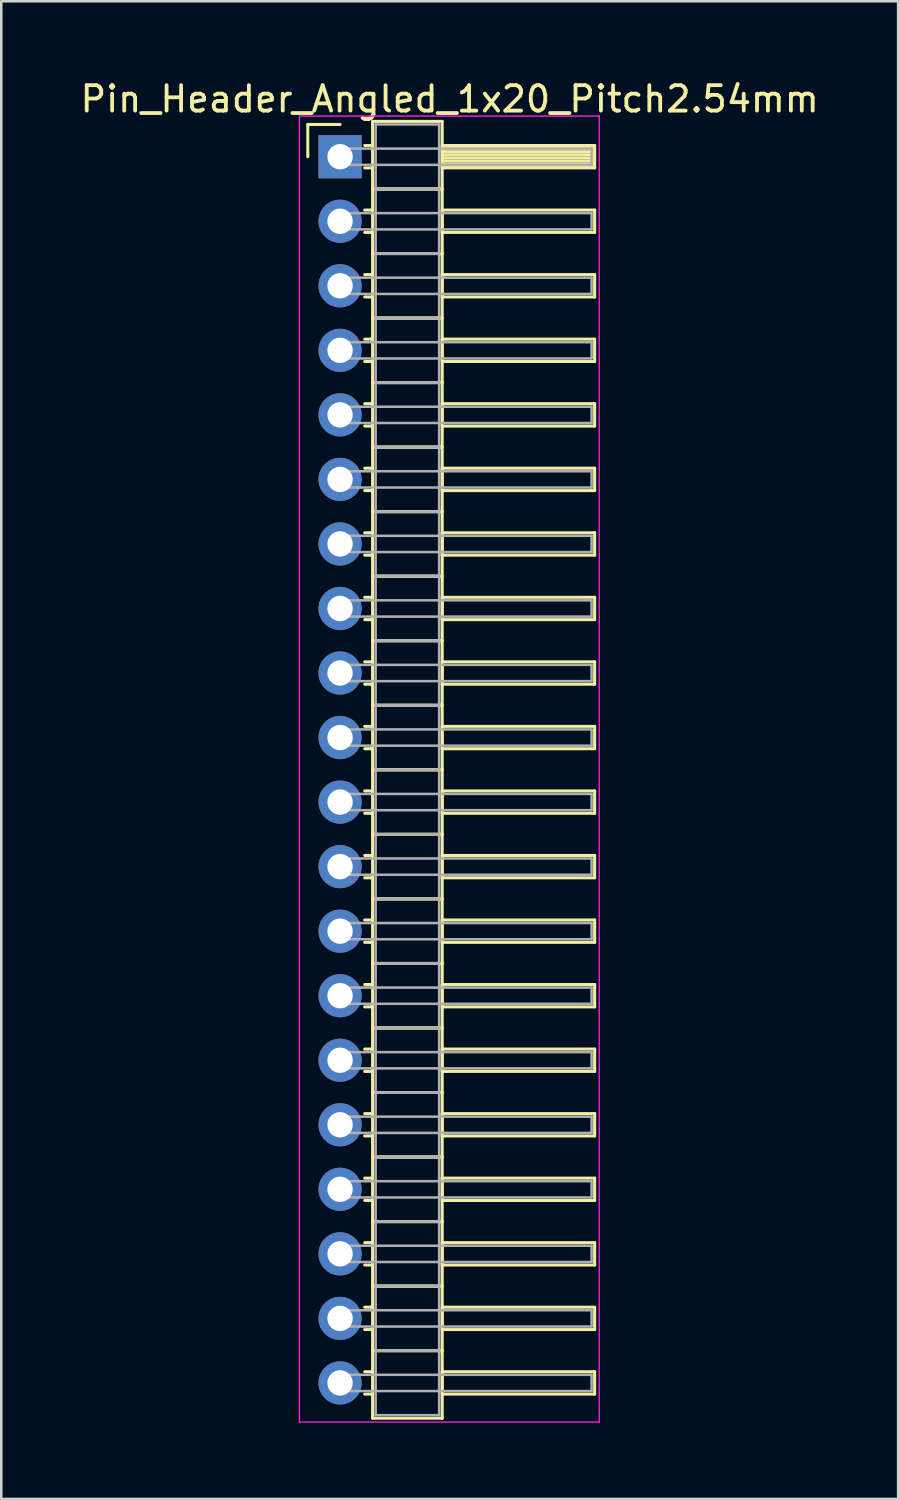
<source format=kicad_pcb>
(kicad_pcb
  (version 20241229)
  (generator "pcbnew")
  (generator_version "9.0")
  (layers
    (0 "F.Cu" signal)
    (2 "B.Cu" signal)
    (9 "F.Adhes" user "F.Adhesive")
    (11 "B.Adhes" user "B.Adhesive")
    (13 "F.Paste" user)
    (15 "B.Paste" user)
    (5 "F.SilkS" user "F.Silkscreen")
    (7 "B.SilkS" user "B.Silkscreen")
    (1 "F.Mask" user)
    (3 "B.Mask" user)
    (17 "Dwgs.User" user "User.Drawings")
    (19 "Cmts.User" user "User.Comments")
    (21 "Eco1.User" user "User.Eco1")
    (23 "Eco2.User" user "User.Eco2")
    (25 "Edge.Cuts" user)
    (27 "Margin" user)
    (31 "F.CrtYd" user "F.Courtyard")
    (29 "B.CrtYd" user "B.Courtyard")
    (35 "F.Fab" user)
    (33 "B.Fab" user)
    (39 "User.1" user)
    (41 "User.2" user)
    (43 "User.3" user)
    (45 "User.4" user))
  (footprint "Pin_Header_Angled_1x20_Pitch2.54mm"
    (layer "F.Cu")
    (at 10.334 3.118)
    (property "Reference" "Pin_Header_Angled_1x20_Pitch2.54mm" (at 4.315 -2.27 0) (layer "F.SilkS") (effects (font (size 1 1) (thickness 0.15))))
    (attr through_hole)
    (fp_line (start -1.27 -1.27) (end 0 -1.27) (stroke (width 0.12) (type solid)) (layer "F.SilkS"))
    (fp_line (start -1.27 0) (end -1.27 -1.27) (stroke (width 0.12) (type solid)) (layer "F.SilkS"))
    (fp_line (start 0.97 -0.44) (end 1.28 -0.44) (stroke (width 0.12) (type solid)) (layer "F.SilkS"))
    (fp_line (start 0.97 0.44) (end 1.28 0.44) (stroke (width 0.12) (type solid)) (layer "F.SilkS"))
    (fp_line (start 0.97 2.1) (end 1.28 2.1) (stroke (width 0.12) (type solid)) (layer "F.SilkS"))
    (fp_line (start 0.97 2.98) (end 1.28 2.98) (stroke (width 0.12) (type solid)) (layer "F.SilkS"))
    (fp_line (start 0.97 4.64) (end 1.28 4.64) (stroke (width 0.12) (type solid)) (layer "F.SilkS"))
    (fp_line (start 0.97 5.52) (end 1.28 5.52) (stroke (width 0.12) (type solid)) (layer "F.SilkS"))
    (fp_line (start 0.97 7.18) (end 1.28 7.18) (stroke (width 0.12) (type solid)) (layer "F.SilkS"))
    (fp_line (start 0.97 8.06) (end 1.28 8.06) (stroke (width 0.12) (type solid)) (layer "F.SilkS"))
    (fp_line (start 0.97 9.72) (end 1.28 9.72) (stroke (width 0.12) (type solid)) (layer "F.SilkS"))
    (fp_line (start 0.97 10.6) (end 1.28 10.6) (stroke (width 0.12) (type solid)) (layer "F.SilkS"))
    (fp_line (start 0.97 12.26) (end 1.28 12.26) (stroke (width 0.12) (type solid)) (layer "F.SilkS"))
    (fp_line (start 0.97 13.14) (end 1.28 13.14) (stroke (width 0.12) (type solid)) (layer "F.SilkS"))
    (fp_line (start 0.97 14.8) (end 1.28 14.8) (stroke (width 0.12) (type solid)) (layer "F.SilkS"))
    (fp_line (start 0.97 15.68) (end 1.28 15.68) (stroke (width 0.12) (type solid)) (layer "F.SilkS"))
    (fp_line (start 0.97 17.34) (end 1.28 17.34) (stroke (width 0.12) (type solid)) (layer "F.SilkS"))
    (fp_line (start 0.97 18.22) (end 1.28 18.22) (stroke (width 0.12) (type solid)) (layer "F.SilkS"))
    (fp_line (start 0.97 19.88) (end 1.28 19.88) (stroke (width 0.12) (type solid)) (layer "F.SilkS"))
    (fp_line (start 0.97 20.76) (end 1.28 20.76) (stroke (width 0.12) (type solid)) (layer "F.SilkS"))
    (fp_line (start 0.97 22.42) (end 1.28 22.42) (stroke (width 0.12) (type solid)) (layer "F.SilkS"))
    (fp_line (start 0.97 23.3) (end 1.28 23.3) (stroke (width 0.12) (type solid)) (layer "F.SilkS"))
    (fp_line (start 0.97 24.96) (end 1.28 24.96) (stroke (width 0.12) (type solid)) (layer "F.SilkS"))
    (fp_line (start 0.97 25.84) (end 1.28 25.84) (stroke (width 0.12) (type solid)) (layer "F.SilkS"))
    (fp_line (start 0.97 27.5) (end 1.28 27.5) (stroke (width 0.12) (type solid)) (layer "F.SilkS"))
    (fp_line (start 0.97 28.38) (end 1.28 28.38) (stroke (width 0.12) (type solid)) (layer "F.SilkS"))
    (fp_line (start 0.97 30.04) (end 1.28 30.04) (stroke (width 0.12) (type solid)) (layer "F.SilkS"))
    (fp_line (start 0.97 30.92) (end 1.28 30.92) (stroke (width 0.12) (type solid)) (layer "F.SilkS"))
    (fp_line (start 0.97 32.58) (end 1.28 32.58) (stroke (width 0.12) (type solid)) (layer "F.SilkS"))
    (fp_line (start 0.97 33.46) (end 1.28 33.46) (stroke (width 0.12) (type solid)) (layer "F.SilkS"))
    (fp_line (start 0.97 35.12) (end 1.28 35.12) (stroke (width 0.12) (type solid)) (layer "F.SilkS"))
    (fp_line (start 0.97 36) (end 1.28 36) (stroke (width 0.12) (type solid)) (layer "F.SilkS"))
    (fp_line (start 0.97 37.66) (end 1.28 37.66) (stroke (width 0.12) (type solid)) (layer "F.SilkS"))
    (fp_line (start 0.97 38.54) (end 1.28 38.54) (stroke (width 0.12) (type solid)) (layer "F.SilkS"))
    (fp_line (start 0.97 40.2) (end 1.28 40.2) (stroke (width 0.12) (type solid)) (layer "F.SilkS"))
    (fp_line (start 0.97 41.08) (end 1.28 41.08) (stroke (width 0.12) (type solid)) (layer "F.SilkS"))
    (fp_line (start 0.97 42.74) (end 1.28 42.74) (stroke (width 0.12) (type solid)) (layer "F.SilkS"))
    (fp_line (start 0.97 43.62) (end 1.28 43.62) (stroke (width 0.12) (type solid)) (layer "F.SilkS"))
    (fp_line (start 0.97 45.28) (end 1.28 45.28) (stroke (width 0.12) (type solid)) (layer "F.SilkS"))
    (fp_line (start 0.97 46.16) (end 1.28 46.16) (stroke (width 0.12) (type solid)) (layer "F.SilkS"))
    (fp_line (start 0.97 47.82) (end 1.28 47.82) (stroke (width 0.12) (type solid)) (layer "F.SilkS"))
    (fp_line (start 0.97 48.7) (end 1.28 48.7) (stroke (width 0.12) (type solid)) (layer "F.SilkS"))
    (fp_line (start 1.28 -1.39) (end 1.28 1.27) (stroke (width 0.12) (type solid)) (layer "F.SilkS"))
    (fp_line (start 1.28 1.27) (end 1.28 3.81) (stroke (width 0.12) (type solid)) (layer "F.SilkS"))
    (fp_line (start 1.28 1.27) (end 4.02 1.27) (stroke (width 0.12) (type solid)) (layer "F.SilkS"))
    (fp_line (start 1.28 3.81) (end 1.28 6.35) (stroke (width 0.12) (type solid)) (layer "F.SilkS"))
    (fp_line (start 1.28 3.81) (end 4.02 3.81) (stroke (width 0.12) (type solid)) (layer "F.SilkS"))
    (fp_line (start 1.28 6.35) (end 1.28 8.89) (stroke (width 0.12) (type solid)) (layer "F.SilkS"))
    (fp_line (start 1.28 6.35) (end 4.02 6.35) (stroke (width 0.12) (type solid)) (layer "F.SilkS"))
    (fp_line (start 1.28 8.89) (end 1.28 11.43) (stroke (width 0.12) (type solid)) (layer "F.SilkS"))
    (fp_line (start 1.28 8.89) (end 4.02 8.89) (stroke (width 0.12) (type solid)) (layer "F.SilkS"))
    (fp_line (start 1.28 11.43) (end 1.28 13.97) (stroke (width 0.12) (type solid)) (layer "F.SilkS"))
    (fp_line (start 1.28 11.43) (end 4.02 11.43) (stroke (width 0.12) (type solid)) (layer "F.SilkS"))
    (fp_line (start 1.28 13.97) (end 1.28 16.51) (stroke (width 0.12) (type solid)) (layer "F.SilkS"))
    (fp_line (start 1.28 13.97) (end 4.02 13.97) (stroke (width 0.12) (type solid)) (layer "F.SilkS"))
    (fp_line (start 1.28 16.51) (end 1.28 19.05) (stroke (width 0.12) (type solid)) (layer "F.SilkS"))
    (fp_line (start 1.28 16.51) (end 4.02 16.51) (stroke (width 0.12) (type solid)) (layer "F.SilkS"))
    (fp_line (start 1.28 19.05) (end 1.28 21.59) (stroke (width 0.12) (type solid)) (layer "F.SilkS"))
    (fp_line (start 1.28 19.05) (end 4.02 19.05) (stroke (width 0.12) (type solid)) (layer "F.SilkS"))
    (fp_line (start 1.28 21.59) (end 1.28 24.13) (stroke (width 0.12) (type solid)) (layer "F.SilkS"))
    (fp_line (start 1.28 21.59) (end 4.02 21.59) (stroke (width 0.12) (type solid)) (layer "F.SilkS"))
    (fp_line (start 1.28 24.13) (end 1.28 26.67) (stroke (width 0.12) (type solid)) (layer "F.SilkS"))
    (fp_line (start 1.28 24.13) (end 4.02 24.13) (stroke (width 0.12) (type solid)) (layer "F.SilkS"))
    (fp_line (start 1.28 26.67) (end 1.28 29.21) (stroke (width 0.12) (type solid)) (layer "F.SilkS"))
    (fp_line (start 1.28 26.67) (end 4.02 26.67) (stroke (width 0.12) (type solid)) (layer "F.SilkS"))
    (fp_line (start 1.28 29.21) (end 1.28 31.75) (stroke (width 0.12) (type solid)) (layer "F.SilkS"))
    (fp_line (start 1.28 29.21) (end 4.02 29.21) (stroke (width 0.12) (type solid)) (layer "F.SilkS"))
    (fp_line (start 1.28 31.75) (end 1.28 34.29) (stroke (width 0.12) (type solid)) (layer "F.SilkS"))
    (fp_line (start 1.28 31.75) (end 4.02 31.75) (stroke (width 0.12) (type solid)) (layer "F.SilkS"))
    (fp_line (start 1.28 34.29) (end 1.28 36.83) (stroke (width 0.12) (type solid)) (layer "F.SilkS"))
    (fp_line (start 1.28 34.29) (end 4.02 34.29) (stroke (width 0.12) (type solid)) (layer "F.SilkS"))
    (fp_line (start 1.28 36.83) (end 1.28 39.37) (stroke (width 0.12) (type solid)) (layer "F.SilkS"))
    (fp_line (start 1.28 36.83) (end 4.02 36.83) (stroke (width 0.12) (type solid)) (layer "F.SilkS"))
    (fp_line (start 1.28 39.37) (end 1.28 41.91) (stroke (width 0.12) (type solid)) (layer "F.SilkS"))
    (fp_line (start 1.28 39.37) (end 4.02 39.37) (stroke (width 0.12) (type solid)) (layer "F.SilkS"))
    (fp_line (start 1.28 41.91) (end 1.28 44.45) (stroke (width 0.12) (type solid)) (layer "F.SilkS"))
    (fp_line (start 1.28 41.91) (end 4.02 41.91) (stroke (width 0.12) (type solid)) (layer "F.SilkS"))
    (fp_line (start 1.28 44.45) (end 1.28 46.99) (stroke (width 0.12) (type solid)) (layer "F.SilkS"))
    (fp_line (start 1.28 44.45) (end 4.02 44.45) (stroke (width 0.12) (type solid)) (layer "F.SilkS"))
    (fp_line (start 1.28 46.99) (end 1.28 49.65) (stroke (width 0.12) (type solid)) (layer "F.SilkS"))
    (fp_line (start 1.28 46.99) (end 4.02 46.99) (stroke (width 0.12) (type solid)) (layer "F.SilkS"))
    (fp_line (start 1.28 49.65) (end 4.02 49.65) (stroke (width 0.12) (type solid)) (layer "F.SilkS"))
    (fp_line (start 4.02 -1.39) (end 1.28 -1.39) (stroke (width 0.12) (type solid)) (layer "F.SilkS"))
    (fp_line (start 4.02 -0.44) (end 4.02 0.44) (stroke (width 0.12) (type solid)) (layer "F.SilkS"))
    (fp_line (start 4.02 -0.32) (end 10.02 -0.32) (stroke (width 0.12) (type solid)) (layer "F.SilkS"))
    (fp_line (start 4.02 -0.2) (end 10.02 -0.2) (stroke (width 0.12) (type solid)) (layer "F.SilkS"))
    (fp_line (start 4.02 -0.08) (end 10.02 -0.08) (stroke (width 0.12) (type solid)) (layer "F.SilkS"))
    (fp_line (start 4.02 0.04) (end 10.02 0.04) (stroke (width 0.12) (type solid)) (layer "F.SilkS"))
    (fp_line (start 4.02 0.16) (end 10.02 0.16) (stroke (width 0.12) (type solid)) (layer "F.SilkS"))
    (fp_line (start 4.02 0.28) (end 10.02 0.28) (stroke (width 0.12) (type solid)) (layer "F.SilkS"))
    (fp_line (start 4.02 0.4) (end 10.02 0.4) (stroke (width 0.12) (type solid)) (layer "F.SilkS"))
    (fp_line (start 4.02 0.44) (end 10.02 0.44) (stroke (width 0.12) (type solid)) (layer "F.SilkS"))
    (fp_line (start 4.02 1.27) (end 1.28 1.27) (stroke (width 0.12) (type solid)) (layer "F.SilkS"))
    (fp_line (start 4.02 1.27) (end 4.02 -1.39) (stroke (width 0.12) (type solid)) (layer "F.SilkS"))
    (fp_line (start 4.02 2.1) (end 4.02 2.98) (stroke (width 0.12) (type solid)) (layer "F.SilkS"))
    (fp_line (start 4.02 2.98) (end 10.02 2.98) (stroke (width 0.12) (type solid)) (layer "F.SilkS"))
    (fp_line (start 4.02 3.81) (end 1.28 3.81) (stroke (width 0.12) (type solid)) (layer "F.SilkS"))
    (fp_line (start 4.02 3.81) (end 4.02 1.27) (stroke (width 0.12) (type solid)) (layer "F.SilkS"))
    (fp_line (start 4.02 4.64) (end 4.02 5.52) (stroke (width 0.12) (type solid)) (layer "F.SilkS"))
    (fp_line (start 4.02 5.52) (end 10.02 5.52) (stroke (width 0.12) (type solid)) (layer "F.SilkS"))
    (fp_line (start 4.02 6.35) (end 1.28 6.35) (stroke (width 0.12) (type solid)) (layer "F.SilkS"))
    (fp_line (start 4.02 6.35) (end 4.02 3.81) (stroke (width 0.12) (type solid)) (layer "F.SilkS"))
    (fp_line (start 4.02 7.18) (end 4.02 8.06) (stroke (width 0.12) (type solid)) (layer "F.SilkS"))
    (fp_line (start 4.02 8.06) (end 10.02 8.06) (stroke (width 0.12) (type solid)) (layer "F.SilkS"))
    (fp_line (start 4.02 8.89) (end 1.28 8.89) (stroke (width 0.12) (type solid)) (layer "F.SilkS"))
    (fp_line (start 4.02 8.89) (end 4.02 6.35) (stroke (width 0.12) (type solid)) (layer "F.SilkS"))
    (fp_line (start 4.02 9.72) (end 4.02 10.6) (stroke (width 0.12) (type solid)) (layer "F.SilkS"))
    (fp_line (start 4.02 10.6) (end 10.02 10.6) (stroke (width 0.12) (type solid)) (layer "F.SilkS"))
    (fp_line (start 4.02 11.43) (end 1.28 11.43) (stroke (width 0.12) (type solid)) (layer "F.SilkS"))
    (fp_line (start 4.02 11.43) (end 4.02 8.89) (stroke (width 0.12) (type solid)) (layer "F.SilkS"))
    (fp_line (start 4.02 12.26) (end 4.02 13.14) (stroke (width 0.12) (type solid)) (layer "F.SilkS"))
    (fp_line (start 4.02 13.14) (end 10.02 13.14) (stroke (width 0.12) (type solid)) (layer "F.SilkS"))
    (fp_line (start 4.02 13.97) (end 1.28 13.97) (stroke (width 0.12) (type solid)) (layer "F.SilkS"))
    (fp_line (start 4.02 13.97) (end 4.02 11.43) (stroke (width 0.12) (type solid)) (layer "F.SilkS"))
    (fp_line (start 4.02 14.8) (end 4.02 15.68) (stroke (width 0.12) (type solid)) (layer "F.SilkS"))
    (fp_line (start 4.02 15.68) (end 10.02 15.68) (stroke (width 0.12) (type solid)) (layer "F.SilkS"))
    (fp_line (start 4.02 16.51) (end 1.28 16.51) (stroke (width 0.12) (type solid)) (layer "F.SilkS"))
    (fp_line (start 4.02 16.51) (end 4.02 13.97) (stroke (width 0.12) (type solid)) (layer "F.SilkS"))
    (fp_line (start 4.02 17.34) (end 4.02 18.22) (stroke (width 0.12) (type solid)) (layer "F.SilkS"))
    (fp_line (start 4.02 18.22) (end 10.02 18.22) (stroke (width 0.12) (type solid)) (layer "F.SilkS"))
    (fp_line (start 4.02 19.05) (end 1.28 19.05) (stroke (width 0.12) (type solid)) (layer "F.SilkS"))
    (fp_line (start 4.02 19.05) (end 4.02 16.51) (stroke (width 0.12) (type solid)) (layer "F.SilkS"))
    (fp_line (start 4.02 19.88) (end 4.02 20.76) (stroke (width 0.12) (type solid)) (layer "F.SilkS"))
    (fp_line (start 4.02 20.76) (end 10.02 20.76) (stroke (width 0.12) (type solid)) (layer "F.SilkS"))
    (fp_line (start 4.02 21.59) (end 1.28 21.59) (stroke (width 0.12) (type solid)) (layer "F.SilkS"))
    (fp_line (start 4.02 21.59) (end 4.02 19.05) (stroke (width 0.12) (type solid)) (layer "F.SilkS"))
    (fp_line (start 4.02 22.42) (end 4.02 23.3) (stroke (width 0.12) (type solid)) (layer "F.SilkS"))
    (fp_line (start 4.02 23.3) (end 10.02 23.3) (stroke (width 0.12) (type solid)) (layer "F.SilkS"))
    (fp_line (start 4.02 24.13) (end 1.28 24.13) (stroke (width 0.12) (type solid)) (layer "F.SilkS"))
    (fp_line (start 4.02 24.13) (end 4.02 21.59) (stroke (width 0.12) (type solid)) (layer "F.SilkS"))
    (fp_line (start 4.02 24.96) (end 4.02 25.84) (stroke (width 0.12) (type solid)) (layer "F.SilkS"))
    (fp_line (start 4.02 25.84) (end 10.02 25.84) (stroke (width 0.12) (type solid)) (layer "F.SilkS"))
    (fp_line (start 4.02 26.67) (end 1.28 26.67) (stroke (width 0.12) (type solid)) (layer "F.SilkS"))
    (fp_line (start 4.02 26.67) (end 4.02 24.13) (stroke (width 0.12) (type solid)) (layer "F.SilkS"))
    (fp_line (start 4.02 27.5) (end 4.02 28.38) (stroke (width 0.12) (type solid)) (layer "F.SilkS"))
    (fp_line (start 4.02 28.38) (end 10.02 28.38) (stroke (width 0.12) (type solid)) (layer "F.SilkS"))
    (fp_line (start 4.02 29.21) (end 1.28 29.21) (stroke (width 0.12) (type solid)) (layer "F.SilkS"))
    (fp_line (start 4.02 29.21) (end 4.02 26.67) (stroke (width 0.12) (type solid)) (layer "F.SilkS"))
    (fp_line (start 4.02 30.04) (end 4.02 30.92) (stroke (width 0.12) (type solid)) (layer "F.SilkS"))
    (fp_line (start 4.02 30.92) (end 10.02 30.92) (stroke (width 0.12) (type solid)) (layer "F.SilkS"))
    (fp_line (start 4.02 31.75) (end 1.28 31.75) (stroke (width 0.12) (type solid)) (layer "F.SilkS"))
    (fp_line (start 4.02 31.75) (end 4.02 29.21) (stroke (width 0.12) (type solid)) (layer "F.SilkS"))
    (fp_line (start 4.02 32.58) (end 4.02 33.46) (stroke (width 0.12) (type solid)) (layer "F.SilkS"))
    (fp_line (start 4.02 33.46) (end 10.02 33.46) (stroke (width 0.12) (type solid)) (layer "F.SilkS"))
    (fp_line (start 4.02 34.29) (end 1.28 34.29) (stroke (width 0.12) (type solid)) (layer "F.SilkS"))
    (fp_line (start 4.02 34.29) (end 4.02 31.75) (stroke (width 0.12) (type solid)) (layer "F.SilkS"))
    (fp_line (start 4.02 35.12) (end 4.02 36) (stroke (width 0.12) (type solid)) (layer "F.SilkS"))
    (fp_line (start 4.02 36) (end 10.02 36) (stroke (width 0.12) (type solid)) (layer "F.SilkS"))
    (fp_line (start 4.02 36.83) (end 1.28 36.83) (stroke (width 0.12) (type solid)) (layer "F.SilkS"))
    (fp_line (start 4.02 36.83) (end 4.02 34.29) (stroke (width 0.12) (type solid)) (layer "F.SilkS"))
    (fp_line (start 4.02 37.66) (end 4.02 38.54) (stroke (width 0.12) (type solid)) (layer "F.SilkS"))
    (fp_line (start 4.02 38.54) (end 10.02 38.54) (stroke (width 0.12) (type solid)) (layer "F.SilkS"))
    (fp_line (start 4.02 39.37) (end 1.28 39.37) (stroke (width 0.12) (type solid)) (layer "F.SilkS"))
    (fp_line (start 4.02 39.37) (end 4.02 36.83) (stroke (width 0.12) (type solid)) (layer "F.SilkS"))
    (fp_line (start 4.02 40.2) (end 4.02 41.08) (stroke (width 0.12) (type solid)) (layer "F.SilkS"))
    (fp_line (start 4.02 41.08) (end 10.02 41.08) (stroke (width 0.12) (type solid)) (layer "F.SilkS"))
    (fp_line (start 4.02 41.91) (end 1.28 41.91) (stroke (width 0.12) (type solid)) (layer "F.SilkS"))
    (fp_line (start 4.02 41.91) (end 4.02 39.37) (stroke (width 0.12) (type solid)) (layer "F.SilkS"))
    (fp_line (start 4.02 42.74) (end 4.02 43.62) (stroke (width 0.12) (type solid)) (layer "F.SilkS"))
    (fp_line (start 4.02 43.62) (end 10.02 43.62) (stroke (width 0.12) (type solid)) (layer "F.SilkS"))
    (fp_line (start 4.02 44.45) (end 1.28 44.45) (stroke (width 0.12) (type solid)) (layer "F.SilkS"))
    (fp_line (start 4.02 44.45) (end 4.02 41.91) (stroke (width 0.12) (type solid)) (layer "F.SilkS"))
    (fp_line (start 4.02 45.28) (end 4.02 46.16) (stroke (width 0.12) (type solid)) (layer "F.SilkS"))
    (fp_line (start 4.02 46.16) (end 10.02 46.16) (stroke (width 0.12) (type solid)) (layer "F.SilkS"))
    (fp_line (start 4.02 46.99) (end 1.28 46.99) (stroke (width 0.12) (type solid)) (layer "F.SilkS"))
    (fp_line (start 4.02 46.99) (end 4.02 44.45) (stroke (width 0.12) (type solid)) (layer "F.SilkS"))
    (fp_line (start 4.02 47.82) (end 4.02 48.7) (stroke (width 0.12) (type solid)) (layer "F.SilkS"))
    (fp_line (start 4.02 48.7) (end 10.02 48.7) (stroke (width 0.12) (type solid)) (layer "F.SilkS"))
    (fp_line (start 4.02 49.65) (end 4.02 46.99) (stroke (width 0.12) (type solid)) (layer "F.SilkS"))
    (fp_line (start 10.02 -0.44) (end 4.02 -0.44) (stroke (width 0.12) (type solid)) (layer "F.SilkS"))
    (fp_line (start 10.02 0.44) (end 10.02 -0.44) (stroke (width 0.12) (type solid)) (layer "F.SilkS"))
    (fp_line (start 10.02 2.1) (end 4.02 2.1) (stroke (width 0.12) (type solid)) (layer "F.SilkS"))
    (fp_line (start 10.02 2.98) (end 10.02 2.1) (stroke (width 0.12) (type solid)) (layer "F.SilkS"))
    (fp_line (start 10.02 4.64) (end 4.02 4.64) (stroke (width 0.12) (type solid)) (layer "F.SilkS"))
    (fp_line (start 10.02 5.52) (end 10.02 4.64) (stroke (width 0.12) (type solid)) (layer "F.SilkS"))
    (fp_line (start 10.02 7.18) (end 4.02 7.18) (stroke (width 0.12) (type solid)) (layer "F.SilkS"))
    (fp_line (start 10.02 8.06) (end 10.02 7.18) (stroke (width 0.12) (type solid)) (layer "F.SilkS"))
    (fp_line (start 10.02 9.72) (end 4.02 9.72) (stroke (width 0.12) (type solid)) (layer "F.SilkS"))
    (fp_line (start 10.02 10.6) (end 10.02 9.72) (stroke (width 0.12) (type solid)) (layer "F.SilkS"))
    (fp_line (start 10.02 12.26) (end 4.02 12.26) (stroke (width 0.12) (type solid)) (layer "F.SilkS"))
    (fp_line (start 10.02 13.14) (end 10.02 12.26) (stroke (width 0.12) (type solid)) (layer "F.SilkS"))
    (fp_line (start 10.02 14.8) (end 4.02 14.8) (stroke (width 0.12) (type solid)) (layer "F.SilkS"))
    (fp_line (start 10.02 15.68) (end 10.02 14.8) (stroke (width 0.12) (type solid)) (layer "F.SilkS"))
    (fp_line (start 10.02 17.34) (end 4.02 17.34) (stroke (width 0.12) (type solid)) (layer "F.SilkS"))
    (fp_line (start 10.02 18.22) (end 10.02 17.34) (stroke (width 0.12) (type solid)) (layer "F.SilkS"))
    (fp_line (start 10.02 19.88) (end 4.02 19.88) (stroke (width 0.12) (type solid)) (layer "F.SilkS"))
    (fp_line (start 10.02 20.76) (end 10.02 19.88) (stroke (width 0.12) (type solid)) (layer "F.SilkS"))
    (fp_line (start 10.02 22.42) (end 4.02 22.42) (stroke (width 0.12) (type solid)) (layer "F.SilkS"))
    (fp_line (start 10.02 23.3) (end 10.02 22.42) (stroke (width 0.12) (type solid)) (layer "F.SilkS"))
    (fp_line (start 10.02 24.96) (end 4.02 24.96) (stroke (width 0.12) (type solid)) (layer "F.SilkS"))
    (fp_line (start 10.02 25.84) (end 10.02 24.96) (stroke (width 0.12) (type solid)) (layer "F.SilkS"))
    (fp_line (start 10.02 27.5) (end 4.02 27.5) (stroke (width 0.12) (type solid)) (layer "F.SilkS"))
    (fp_line (start 10.02 28.38) (end 10.02 27.5) (stroke (width 0.12) (type solid)) (layer "F.SilkS"))
    (fp_line (start 10.02 30.04) (end 4.02 30.04) (stroke (width 0.12) (type solid)) (layer "F.SilkS"))
    (fp_line (start 10.02 30.92) (end 10.02 30.04) (stroke (width 0.12) (type solid)) (layer "F.SilkS"))
    (fp_line (start 10.02 32.58) (end 4.02 32.58) (stroke (width 0.12) (type solid)) (layer "F.SilkS"))
    (fp_line (start 10.02 33.46) (end 10.02 32.58) (stroke (width 0.12) (type solid)) (layer "F.SilkS"))
    (fp_line (start 10.02 35.12) (end 4.02 35.12) (stroke (width 0.12) (type solid)) (layer "F.SilkS"))
    (fp_line (start 10.02 36) (end 10.02 35.12) (stroke (width 0.12) (type solid)) (layer "F.SilkS"))
    (fp_line (start 10.02 37.66) (end 4.02 37.66) (stroke (width 0.12) (type solid)) (layer "F.SilkS"))
    (fp_line (start 10.02 38.54) (end 10.02 37.66) (stroke (width 0.12) (type solid)) (layer "F.SilkS"))
    (fp_line (start 10.02 40.2) (end 4.02 40.2) (stroke (width 0.12) (type solid)) (layer "F.SilkS"))
    (fp_line (start 10.02 41.08) (end 10.02 40.2) (stroke (width 0.12) (type solid)) (layer "F.SilkS"))
    (fp_line (start 10.02 42.74) (end 4.02 42.74) (stroke (width 0.12) (type solid)) (layer "F.SilkS"))
    (fp_line (start 10.02 43.62) (end 10.02 42.74) (stroke (width 0.12) (type solid)) (layer "F.SilkS"))
    (fp_line (start 10.02 45.28) (end 4.02 45.28) (stroke (width 0.12) (type solid)) (layer "F.SilkS"))
    (fp_line (start 10.02 46.16) (end 10.02 45.28) (stroke (width 0.12) (type solid)) (layer "F.SilkS"))
    (fp_line (start 10.02 47.82) (end 4.02 47.82) (stroke (width 0.12) (type solid)) (layer "F.SilkS"))
    (fp_line (start 10.02 48.7) (end 10.02 47.82) (stroke (width 0.12) (type solid)) (layer "F.SilkS"))
    (fp_line (start -1.6 -1.6) (end -1.6 49.8) (stroke (width 0.05) (type solid)) (layer "F.CrtYd"))
    (fp_line (start -1.6 49.8) (end 10.2 49.8) (stroke (width 0.05) (type solid)) (layer "F.CrtYd"))
    (fp_line (start 10.2 -1.6) (end -1.6 -1.6) (stroke (width 0.05) (type solid)) (layer "F.CrtYd"))
    (fp_line (start 10.2 49.8) (end 10.2 -1.6) (stroke (width 0.05) (type solid)) (layer "F.CrtYd"))
    (fp_line (start 0 -0.32) (end 0 0.32) (stroke (width 0.1) (type solid)) (layer "F.Fab"))
    (fp_line (start 0 0.32) (end 9.9 0.32) (stroke (width 0.1) (type solid)) (layer "F.Fab"))
    (fp_line (start 0 2.22) (end 0 2.86) (stroke (width 0.1) (type solid)) (layer "F.Fab"))
    (fp_line (start 0 2.86) (end 9.9 2.86) (stroke (width 0.1) (type solid)) (layer "F.Fab"))
    (fp_line (start 0 4.76) (end 0 5.4) (stroke (width 0.1) (type solid)) (layer "F.Fab"))
    (fp_line (start 0 5.4) (end 9.9 5.4) (stroke (width 0.1) (type solid)) (layer "F.Fab"))
    (fp_line (start 0 7.3) (end 0 7.94) (stroke (width 0.1) (type solid)) (layer "F.Fab"))
    (fp_line (start 0 7.94) (end 9.9 7.94) (stroke (width 0.1) (type solid)) (layer "F.Fab"))
    (fp_line (start 0 9.84) (end 0 10.48) (stroke (width 0.1) (type solid)) (layer "F.Fab"))
    (fp_line (start 0 10.48) (end 9.9 10.48) (stroke (width 0.1) (type solid)) (layer "F.Fab"))
    (fp_line (start 0 12.38) (end 0 13.02) (stroke (width 0.1) (type solid)) (layer "F.Fab"))
    (fp_line (start 0 13.02) (end 9.9 13.02) (stroke (width 0.1) (type solid)) (layer "F.Fab"))
    (fp_line (start 0 14.92) (end 0 15.56) (stroke (width 0.1) (type solid)) (layer "F.Fab"))
    (fp_line (start 0 15.56) (end 9.9 15.56) (stroke (width 0.1) (type solid)) (layer "F.Fab"))
    (fp_line (start 0 17.46) (end 0 18.1) (stroke (width 0.1) (type solid)) (layer "F.Fab"))
    (fp_line (start 0 18.1) (end 9.9 18.1) (stroke (width 0.1) (type solid)) (layer "F.Fab"))
    (fp_line (start 0 20) (end 0 20.64) (stroke (width 0.1) (type solid)) (layer "F.Fab"))
    (fp_line (start 0 20.64) (end 9.9 20.64) (stroke (width 0.1) (type solid)) (layer "F.Fab"))
    (fp_line (start 0 22.54) (end 0 23.18) (stroke (width 0.1) (type solid)) (layer "F.Fab"))
    (fp_line (start 0 23.18) (end 9.9 23.18) (stroke (width 0.1) (type solid)) (layer "F.Fab"))
    (fp_line (start 0 25.08) (end 0 25.72) (stroke (width 0.1) (type solid)) (layer "F.Fab"))
    (fp_line (start 0 25.72) (end 9.9 25.72) (stroke (width 0.1) (type solid)) (layer "F.Fab"))
    (fp_line (start 0 27.62) (end 0 28.26) (stroke (width 0.1) (type solid)) (layer "F.Fab"))
    (fp_line (start 0 28.26) (end 9.9 28.26) (stroke (width 0.1) (type solid)) (layer "F.Fab"))
    (fp_line (start 0 30.16) (end 0 30.8) (stroke (width 0.1) (type solid)) (layer "F.Fab"))
    (fp_line (start 0 30.8) (end 9.9 30.8) (stroke (width 0.1) (type solid)) (layer "F.Fab"))
    (fp_line (start 0 32.7) (end 0 33.34) (stroke (width 0.1) (type solid)) (layer "F.Fab"))
    (fp_line (start 0 33.34) (end 9.9 33.34) (stroke (width 0.1) (type solid)) (layer "F.Fab"))
    (fp_line (start 0 35.24) (end 0 35.88) (stroke (width 0.1) (type solid)) (layer "F.Fab"))
    (fp_line (start 0 35.88) (end 9.9 35.88) (stroke (width 0.1) (type solid)) (layer "F.Fab"))
    (fp_line (start 0 37.78) (end 0 38.42) (stroke (width 0.1) (type solid)) (layer "F.Fab"))
    (fp_line (start 0 38.42) (end 9.9 38.42) (stroke (width 0.1) (type solid)) (layer "F.Fab"))
    (fp_line (start 0 40.32) (end 0 40.96) (stroke (width 0.1) (type solid)) (layer "F.Fab"))
    (fp_line (start 0 40.96) (end 9.9 40.96) (stroke (width 0.1) (type solid)) (layer "F.Fab"))
    (fp_line (start 0 42.86) (end 0 43.5) (stroke (width 0.1) (type solid)) (layer "F.Fab"))
    (fp_line (start 0 43.5) (end 9.9 43.5) (stroke (width 0.1) (type solid)) (layer "F.Fab"))
    (fp_line (start 0 45.4) (end 0 46.04) (stroke (width 0.1) (type solid)) (layer "F.Fab"))
    (fp_line (start 0 46.04) (end 9.9 46.04) (stroke (width 0.1) (type solid)) (layer "F.Fab"))
    (fp_line (start 0 47.94) (end 0 48.58) (stroke (width 0.1) (type solid)) (layer "F.Fab"))
    (fp_line (start 0 48.58) (end 9.9 48.58) (stroke (width 0.1) (type solid)) (layer "F.Fab"))
    (fp_line (start 1.4 -1.27) (end 1.4 1.27) (stroke (width 0.1) (type solid)) (layer "F.Fab"))
    (fp_line (start 1.4 1.27) (end 1.4 3.81) (stroke (width 0.1) (type solid)) (layer "F.Fab"))
    (fp_line (start 1.4 1.27) (end 3.9 1.27) (stroke (width 0.1) (type solid)) (layer "F.Fab"))
    (fp_line (start 1.4 3.81) (end 1.4 6.35) (stroke (width 0.1) (type solid)) (layer "F.Fab"))
    (fp_line (start 1.4 3.81) (end 3.9 3.81) (stroke (width 0.1) (type solid)) (layer "F.Fab"))
    (fp_line (start 1.4 6.35) (end 1.4 8.89) (stroke (width 0.1) (type solid)) (layer "F.Fab"))
    (fp_line (start 1.4 6.35) (end 3.9 6.35) (stroke (width 0.1) (type solid)) (layer "F.Fab"))
    (fp_line (start 1.4 8.89) (end 1.4 11.43) (stroke (width 0.1) (type solid)) (layer "F.Fab"))
    (fp_line (start 1.4 8.89) (end 3.9 8.89) (stroke (width 0.1) (type solid)) (layer "F.Fab"))
    (fp_line (start 1.4 11.43) (end 1.4 13.97) (stroke (width 0.1) (type solid)) (layer "F.Fab"))
    (fp_line (start 1.4 11.43) (end 3.9 11.43) (stroke (width 0.1) (type solid)) (layer "F.Fab"))
    (fp_line (start 1.4 13.97) (end 1.4 16.51) (stroke (width 0.1) (type solid)) (layer "F.Fab"))
    (fp_line (start 1.4 13.97) (end 3.9 13.97) (stroke (width 0.1) (type solid)) (layer "F.Fab"))
    (fp_line (start 1.4 16.51) (end 1.4 19.05) (stroke (width 0.1) (type solid)) (layer "F.Fab"))
    (fp_line (start 1.4 16.51) (end 3.9 16.51) (stroke (width 0.1) (type solid)) (layer "F.Fab"))
    (fp_line (start 1.4 19.05) (end 1.4 21.59) (stroke (width 0.1) (type solid)) (layer "F.Fab"))
    (fp_line (start 1.4 19.05) (end 3.9 19.05) (stroke (width 0.1) (type solid)) (layer "F.Fab"))
    (fp_line (start 1.4 21.59) (end 1.4 24.13) (stroke (width 0.1) (type solid)) (layer "F.Fab"))
    (fp_line (start 1.4 21.59) (end 3.9 21.59) (stroke (width 0.1) (type solid)) (layer "F.Fab"))
    (fp_line (start 1.4 24.13) (end 1.4 26.67) (stroke (width 0.1) (type solid)) (layer "F.Fab"))
    (fp_line (start 1.4 24.13) (end 3.9 24.13) (stroke (width 0.1) (type solid)) (layer "F.Fab"))
    (fp_line (start 1.4 26.67) (end 1.4 29.21) (stroke (width 0.1) (type solid)) (layer "F.Fab"))
    (fp_line (start 1.4 26.67) (end 3.9 26.67) (stroke (width 0.1) (type solid)) (layer "F.Fab"))
    (fp_line (start 1.4 29.21) (end 1.4 31.75) (stroke (width 0.1) (type solid)) (layer "F.Fab"))
    (fp_line (start 1.4 29.21) (end 3.9 29.21) (stroke (width 0.1) (type solid)) (layer "F.Fab"))
    (fp_line (start 1.4 31.75) (end 1.4 34.29) (stroke (width 0.1) (type solid)) (layer "F.Fab"))
    (fp_line (start 1.4 31.75) (end 3.9 31.75) (stroke (width 0.1) (type solid)) (layer "F.Fab"))
    (fp_line (start 1.4 34.29) (end 1.4 36.83) (stroke (width 0.1) (type solid)) (layer "F.Fab"))
    (fp_line (start 1.4 34.29) (end 3.9 34.29) (stroke (width 0.1) (type solid)) (layer "F.Fab"))
    (fp_line (start 1.4 36.83) (end 1.4 39.37) (stroke (width 0.1) (type solid)) (layer "F.Fab"))
    (fp_line (start 1.4 36.83) (end 3.9 36.83) (stroke (width 0.1) (type solid)) (layer "F.Fab"))
    (fp_line (start 1.4 39.37) (end 1.4 41.91) (stroke (width 0.1) (type solid)) (layer "F.Fab"))
    (fp_line (start 1.4 39.37) (end 3.9 39.37) (stroke (width 0.1) (type solid)) (layer "F.Fab"))
    (fp_line (start 1.4 41.91) (end 1.4 44.45) (stroke (width 0.1) (type solid)) (layer "F.Fab"))
    (fp_line (start 1.4 41.91) (end 3.9 41.91) (stroke (width 0.1) (type solid)) (layer "F.Fab"))
    (fp_line (start 1.4 44.45) (end 1.4 46.99) (stroke (width 0.1) (type solid)) (layer "F.Fab"))
    (fp_line (start 1.4 44.45) (end 3.9 44.45) (stroke (width 0.1) (type solid)) (layer "F.Fab"))
    (fp_line (start 1.4 46.99) (end 1.4 49.53) (stroke (width 0.1) (type solid)) (layer "F.Fab"))
    (fp_line (start 1.4 46.99) (end 3.9 46.99) (stroke (width 0.1) (type solid)) (layer "F.Fab"))
    (fp_line (start 1.4 49.53) (end 3.9 49.53) (stroke (width 0.1) (type solid)) (layer "F.Fab"))
    (fp_line (start 3.9 -1.27) (end 1.4 -1.27) (stroke (width 0.1) (type solid)) (layer "F.Fab"))
    (fp_line (start 3.9 1.27) (end 1.4 1.27) (stroke (width 0.1) (type solid)) (layer "F.Fab"))
    (fp_line (start 3.9 1.27) (end 3.9 -1.27) (stroke (width 0.1) (type solid)) (layer "F.Fab"))
    (fp_line (start 3.9 3.81) (end 1.4 3.81) (stroke (width 0.1) (type solid)) (layer "F.Fab"))
    (fp_line (start 3.9 3.81) (end 3.9 1.27) (stroke (width 0.1) (type solid)) (layer "F.Fab"))
    (fp_line (start 3.9 6.35) (end 1.4 6.35) (stroke (width 0.1) (type solid)) (layer "F.Fab"))
    (fp_line (start 3.9 6.35) (end 3.9 3.81) (stroke (width 0.1) (type solid)) (layer "F.Fab"))
    (fp_line (start 3.9 8.89) (end 1.4 8.89) (stroke (width 0.1) (type solid)) (layer "F.Fab"))
    (fp_line (start 3.9 8.89) (end 3.9 6.35) (stroke (width 0.1) (type solid)) (layer "F.Fab"))
    (fp_line (start 3.9 11.43) (end 1.4 11.43) (stroke (width 0.1) (type solid)) (layer "F.Fab"))
    (fp_line (start 3.9 11.43) (end 3.9 8.89) (stroke (width 0.1) (type solid)) (layer "F.Fab"))
    (fp_line (start 3.9 13.97) (end 1.4 13.97) (stroke (width 0.1) (type solid)) (layer "F.Fab"))
    (fp_line (start 3.9 13.97) (end 3.9 11.43) (stroke (width 0.1) (type solid)) (layer "F.Fab"))
    (fp_line (start 3.9 16.51) (end 1.4 16.51) (stroke (width 0.1) (type solid)) (layer "F.Fab"))
    (fp_line (start 3.9 16.51) (end 3.9 13.97) (stroke (width 0.1) (type solid)) (layer "F.Fab"))
    (fp_line (start 3.9 19.05) (end 1.4 19.05) (stroke (width 0.1) (type solid)) (layer "F.Fab"))
    (fp_line (start 3.9 19.05) (end 3.9 16.51) (stroke (width 0.1) (type solid)) (layer "F.Fab"))
    (fp_line (start 3.9 21.59) (end 1.4 21.59) (stroke (width 0.1) (type solid)) (layer "F.Fab"))
    (fp_line (start 3.9 21.59) (end 3.9 19.05) (stroke (width 0.1) (type solid)) (layer "F.Fab"))
    (fp_line (start 3.9 24.13) (end 1.4 24.13) (stroke (width 0.1) (type solid)) (layer "F.Fab"))
    (fp_line (start 3.9 24.13) (end 3.9 21.59) (stroke (width 0.1) (type solid)) (layer "F.Fab"))
    (fp_line (start 3.9 26.67) (end 1.4 26.67) (stroke (width 0.1) (type solid)) (layer "F.Fab"))
    (fp_line (start 3.9 26.67) (end 3.9 24.13) (stroke (width 0.1) (type solid)) (layer "F.Fab"))
    (fp_line (start 3.9 29.21) (end 1.4 29.21) (stroke (width 0.1) (type solid)) (layer "F.Fab"))
    (fp_line (start 3.9 29.21) (end 3.9 26.67) (stroke (width 0.1) (type solid)) (layer "F.Fab"))
    (fp_line (start 3.9 31.75) (end 1.4 31.75) (stroke (width 0.1) (type solid)) (layer "F.Fab"))
    (fp_line (start 3.9 31.75) (end 3.9 29.21) (stroke (width 0.1) (type solid)) (layer "F.Fab"))
    (fp_line (start 3.9 34.29) (end 1.4 34.29) (stroke (width 0.1) (type solid)) (layer "F.Fab"))
    (fp_line (start 3.9 34.29) (end 3.9 31.75) (stroke (width 0.1) (type solid)) (layer "F.Fab"))
    (fp_line (start 3.9 36.83) (end 1.4 36.83) (stroke (width 0.1) (type solid)) (layer "F.Fab"))
    (fp_line (start 3.9 36.83) (end 3.9 34.29) (stroke (width 0.1) (type solid)) (layer "F.Fab"))
    (fp_line (start 3.9 39.37) (end 1.4 39.37) (stroke (width 0.1) (type solid)) (layer "F.Fab"))
    (fp_line (start 3.9 39.37) (end 3.9 36.83) (stroke (width 0.1) (type solid)) (layer "F.Fab"))
    (fp_line (start 3.9 41.91) (end 1.4 41.91) (stroke (width 0.1) (type solid)) (layer "F.Fab"))
    (fp_line (start 3.9 41.91) (end 3.9 39.37) (stroke (width 0.1) (type solid)) (layer "F.Fab"))
    (fp_line (start 3.9 44.45) (end 1.4 44.45) (stroke (width 0.1) (type solid)) (layer "F.Fab"))
    (fp_line (start 3.9 44.45) (end 3.9 41.91) (stroke (width 0.1) (type solid)) (layer "F.Fab"))
    (fp_line (start 3.9 46.99) (end 1.4 46.99) (stroke (width 0.1) (type solid)) (layer "F.Fab"))
    (fp_line (start 3.9 46.99) (end 3.9 44.45) (stroke (width 0.1) (type solid)) (layer "F.Fab"))
    (fp_line (start 3.9 49.53) (end 3.9 46.99) (stroke (width 0.1) (type solid)) (layer "F.Fab"))
    (fp_line (start 9.9 -0.32) (end 0 -0.32) (stroke (width 0.1) (type solid)) (layer "F.Fab"))
    (fp_line (start 9.9 0.32) (end 9.9 -0.32) (stroke (width 0.1) (type solid)) (layer "F.Fab"))
    (fp_line (start 9.9 2.22) (end 0 2.22) (stroke (width 0.1) (type solid)) (layer "F.Fab"))
    (fp_line (start 9.9 2.86) (end 9.9 2.22) (stroke (width 0.1) (type solid)) (layer "F.Fab"))
    (fp_line (start 9.9 4.76) (end 0 4.76) (stroke (width 0.1) (type solid)) (layer "F.Fab"))
    (fp_line (start 9.9 5.4) (end 9.9 4.76) (stroke (width 0.1) (type solid)) (layer "F.Fab"))
    (fp_line (start 9.9 7.3) (end 0 7.3) (stroke (width 0.1) (type solid)) (layer "F.Fab"))
    (fp_line (start 9.9 7.94) (end 9.9 7.3) (stroke (width 0.1) (type solid)) (layer "F.Fab"))
    (fp_line (start 9.9 9.84) (end 0 9.84) (stroke (width 0.1) (type solid)) (layer "F.Fab"))
    (fp_line (start 9.9 10.48) (end 9.9 9.84) (stroke (width 0.1) (type solid)) (layer "F.Fab"))
    (fp_line (start 9.9 12.38) (end 0 12.38) (stroke (width 0.1) (type solid)) (layer "F.Fab"))
    (fp_line (start 9.9 13.02) (end 9.9 12.38) (stroke (width 0.1) (type solid)) (layer "F.Fab"))
    (fp_line (start 9.9 14.92) (end 0 14.92) (stroke (width 0.1) (type solid)) (layer "F.Fab"))
    (fp_line (start 9.9 15.56) (end 9.9 14.92) (stroke (width 0.1) (type solid)) (layer "F.Fab"))
    (fp_line (start 9.9 17.46) (end 0 17.46) (stroke (width 0.1) (type solid)) (layer "F.Fab"))
    (fp_line (start 9.9 18.1) (end 9.9 17.46) (stroke (width 0.1) (type solid)) (layer "F.Fab"))
    (fp_line (start 9.9 20) (end 0 20) (stroke (width 0.1) (type solid)) (layer "F.Fab"))
    (fp_line (start 9.9 20.64) (end 9.9 20) (stroke (width 0.1) (type solid)) (layer "F.Fab"))
    (fp_line (start 9.9 22.54) (end 0 22.54) (stroke (width 0.1) (type solid)) (layer "F.Fab"))
    (fp_line (start 9.9 23.18) (end 9.9 22.54) (stroke (width 0.1) (type solid)) (layer "F.Fab"))
    (fp_line (start 9.9 25.08) (end 0 25.08) (stroke (width 0.1) (type solid)) (layer "F.Fab"))
    (fp_line (start 9.9 25.72) (end 9.9 25.08) (stroke (width 0.1) (type solid)) (layer "F.Fab"))
    (fp_line (start 9.9 27.62) (end 0 27.62) (stroke (width 0.1) (type solid)) (layer "F.Fab"))
    (fp_line (start 9.9 28.26) (end 9.9 27.62) (stroke (width 0.1) (type solid)) (layer "F.Fab"))
    (fp_line (start 9.9 30.16) (end 0 30.16) (stroke (width 0.1) (type solid)) (layer "F.Fab"))
    (fp_line (start 9.9 30.8) (end 9.9 30.16) (stroke (width 0.1) (type solid)) (layer "F.Fab"))
    (fp_line (start 9.9 32.7) (end 0 32.7) (stroke (width 0.1) (type solid)) (layer "F.Fab"))
    (fp_line (start 9.9 33.34) (end 9.9 32.7) (stroke (width 0.1) (type solid)) (layer "F.Fab"))
    (fp_line (start 9.9 35.24) (end 0 35.24) (stroke (width 0.1) (type solid)) (layer "F.Fab"))
    (fp_line (start 9.9 35.88) (end 9.9 35.24) (stroke (width 0.1) (type solid)) (layer "F.Fab"))
    (fp_line (start 9.9 37.78) (end 0 37.78) (stroke (width 0.1) (type solid)) (layer "F.Fab"))
    (fp_line (start 9.9 38.42) (end 9.9 37.78) (stroke (width 0.1) (type solid)) (layer "F.Fab"))
    (fp_line (start 9.9 40.32) (end 0 40.32) (stroke (width 0.1) (type solid)) (layer "F.Fab"))
    (fp_line (start 9.9 40.96) (end 9.9 40.32) (stroke (width 0.1) (type solid)) (layer "F.Fab"))
    (fp_line (start 9.9 42.86) (end 0 42.86) (stroke (width 0.1) (type solid)) (layer "F.Fab"))
    (fp_line (start 9.9 43.5) (end 9.9 42.86) (stroke (width 0.1) (type solid)) (layer "F.Fab"))
    (fp_line (start 9.9 45.4) (end 0 45.4) (stroke (width 0.1) (type solid)) (layer "F.Fab"))
    (fp_line (start 9.9 46.04) (end 9.9 45.4) (stroke (width 0.1) (type solid)) (layer "F.Fab"))
    (fp_line (start 9.9 47.94) (end 0 47.94) (stroke (width 0.1) (type solid)) (layer "F.Fab"))
    (fp_line (start 9.9 48.58) (end 9.9 47.94) (stroke (width 0.1) (type solid)) (layer "F.Fab"))
    (pad "1" thru_hole rect (at 0 0) (size 1.7 1.7) (drill 1) (layers "*.Cu" "*.Mask"))
    (pad "2" thru_hole oval (at 0 2.54) (size 1.7 1.7) (drill 1) (layers "*.Cu" "*.Mask"))
    (pad "3" thru_hole oval (at 0 5.08) (size 1.7 1.7) (drill 1) (layers "*.Cu" "*.Mask"))
    (pad "4" thru_hole oval (at 0 7.62) (size 1.7 1.7) (drill 1) (layers "*.Cu" "*.Mask"))
    (pad "5" thru_hole oval (at 0 10.16) (size 1.7 1.7) (drill 1) (layers "*.Cu" "*.Mask"))
    (pad "6" thru_hole oval (at 0 12.7) (size 1.7 1.7) (drill 1) (layers "*.Cu" "*.Mask"))
    (pad "7" thru_hole oval (at 0 15.24) (size 1.7 1.7) (drill 1) (layers "*.Cu" "*.Mask"))
    (pad "8" thru_hole oval (at 0 17.78) (size 1.7 1.7) (drill 1) (layers "*.Cu" "*.Mask"))
    (pad "9" thru_hole oval (at 0 20.32) (size 1.7 1.7) (drill 1) (layers "*.Cu" "*.Mask"))
    (pad "10" thru_hole oval (at 0 22.86) (size 1.7 1.7) (drill 1) (layers "*.Cu" "*.Mask"))
    (pad "11" thru_hole oval (at 0 25.4) (size 1.7 1.7) (drill 1) (layers "*.Cu" "*.Mask"))
    (pad "12" thru_hole oval (at 0 27.94) (size 1.7 1.7) (drill 1) (layers "*.Cu" "*.Mask"))
    (pad "13" thru_hole oval (at 0 30.48) (size 1.7 1.7) (drill 1) (layers "*.Cu" "*.Mask"))
    (pad "14" thru_hole oval (at 0 33.02) (size 1.7 1.7) (drill 1) (layers "*.Cu" "*.Mask"))
    (pad "15" thru_hole oval (at 0 35.56) (size 1.7 1.7) (drill 1) (layers "*.Cu" "*.Mask"))
    (pad "16" thru_hole oval (at 0 38.1) (size 1.7 1.7) (drill 1) (layers "*.Cu" "*.Mask"))
    (pad "17" thru_hole oval (at 0 40.64) (size 1.7 1.7) (drill 1) (layers "*.Cu" "*.Mask"))
    (pad "18" thru_hole oval (at 0 43.18) (size 1.7 1.7) (drill 1) (layers "*.Cu" "*.Mask"))
    (pad "19" thru_hole oval (at 0 45.72) (size 1.7 1.7) (drill 1) (layers "*.Cu" "*.Mask"))
    (pad "20" thru_hole oval (at 0 48.26) (size 1.7 1.7) (drill 1) (layers "*.Cu" "*.Mask")))
  (gr_rect
    (start -3 -3)
    (end 32.298 55.943)
    (stroke (width 0.1) (type default))
    (fill no)
    (layer "Edge.Cuts")))
</source>
